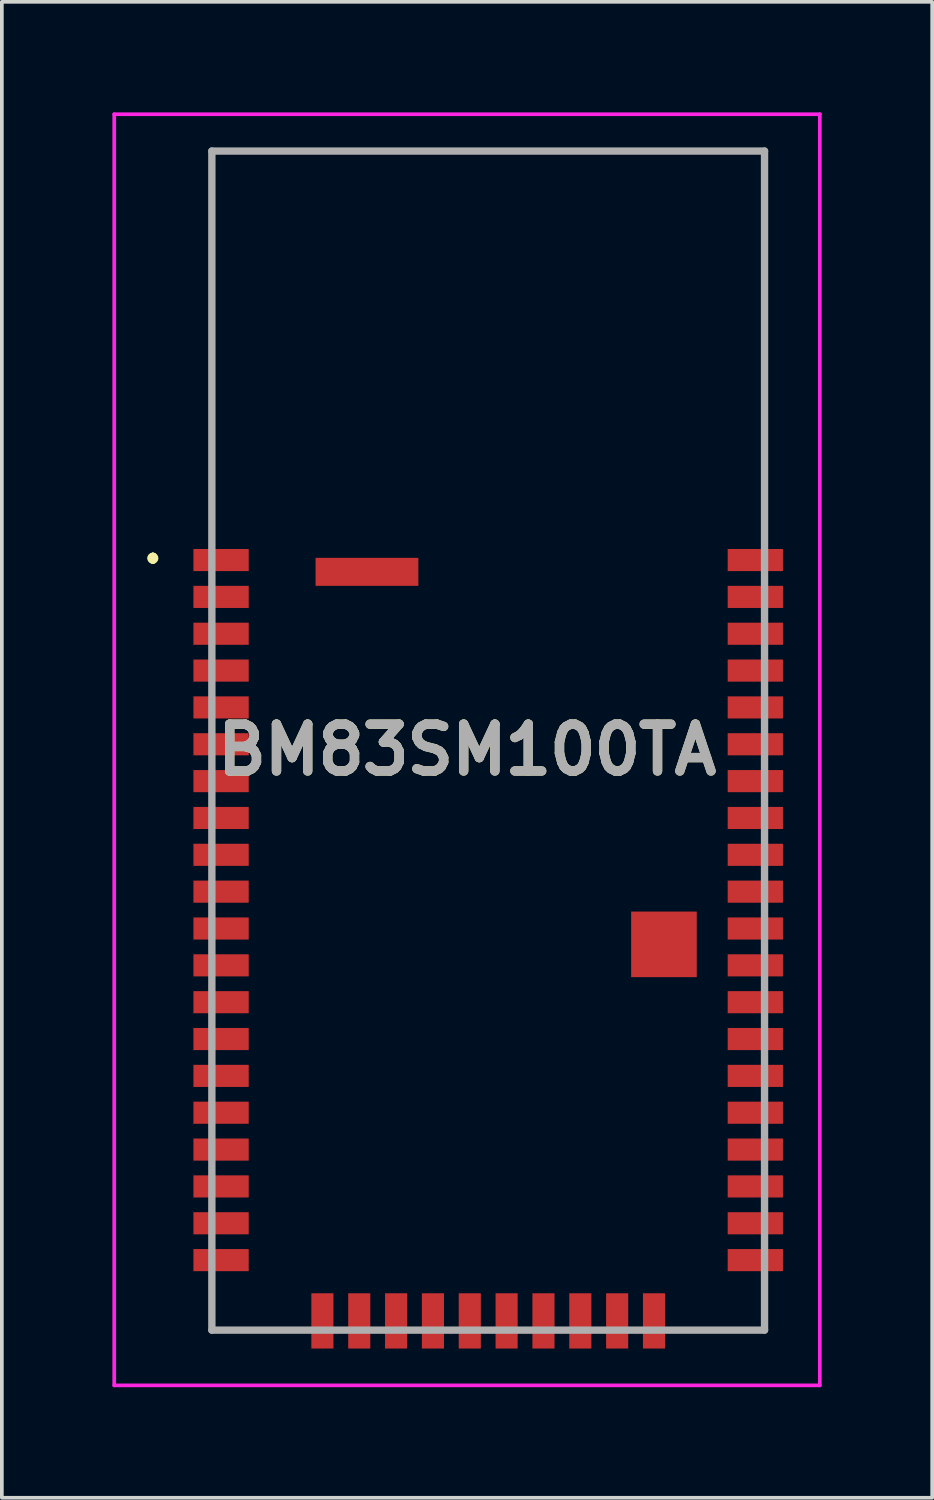
<source format=kicad_pcb>
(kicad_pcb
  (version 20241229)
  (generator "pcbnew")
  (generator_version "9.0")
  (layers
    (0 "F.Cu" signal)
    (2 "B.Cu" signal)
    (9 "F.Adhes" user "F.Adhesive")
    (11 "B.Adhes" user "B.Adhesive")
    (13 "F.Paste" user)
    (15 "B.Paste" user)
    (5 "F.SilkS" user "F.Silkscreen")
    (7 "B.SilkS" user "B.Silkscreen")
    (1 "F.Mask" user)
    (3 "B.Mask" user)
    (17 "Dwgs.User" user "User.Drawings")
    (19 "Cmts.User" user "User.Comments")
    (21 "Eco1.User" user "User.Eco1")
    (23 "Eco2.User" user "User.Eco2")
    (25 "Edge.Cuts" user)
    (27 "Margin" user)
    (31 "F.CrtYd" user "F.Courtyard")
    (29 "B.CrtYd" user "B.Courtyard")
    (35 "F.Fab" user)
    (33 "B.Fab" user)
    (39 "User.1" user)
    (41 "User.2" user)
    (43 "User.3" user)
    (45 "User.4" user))
  (footprint "BM83SM100TA"
    (layer "F.Cu")
    (at 2.7 33.05)
    (property "Reference" "BM83SM100TA" (at 6.925 -15.75 0) (layer "F.SilkS") (effects (font (size 1.27 1.27) (thickness 0.254))))
    (attr smd)
    (fp_line (start -1.6 -21) (end -1.6 -21) (stroke (width 0.2) (type solid)) (layer "F.SilkS"))
    (fp_line (start -1.6 -21) (end -1.6 -21) (stroke (width 0.2) (type solid)) (layer "F.SilkS"))
    (fp_line (start -1.6 -20.9) (end -1.6 -20.9) (stroke (width 0.2) (type solid)) (layer "F.SilkS"))
    (fp_line (start 0 -32) (end 0 -32) (stroke (width 0.1) (type solid)) (layer "F.SilkS"))
    (fp_line (start 0 -32) (end 0 -32) (stroke (width 0.1) (type solid)) (layer "F.SilkS"))
    (fp_line (start 0 -32) (end 0 -21.75) (stroke (width 0.1) (type solid)) (layer "F.SilkS"))
    (fp_line (start 0 -32) (end 15 -32) (stroke (width 0.1) (type solid)) (layer "F.SilkS"))
    (fp_line (start 0 -21.75) (end 0 -32) (stroke (width 0.1) (type solid)) (layer "F.SilkS"))
    (fp_line (start 0 -21.75) (end 0 -21.75) (stroke (width 0.1) (type solid)) (layer "F.SilkS"))
    (fp_line (start 0 -1) (end 0 -1) (stroke (width 0.1) (type solid)) (layer "F.SilkS"))
    (fp_line (start 0 -1) (end 0 0) (stroke (width 0.1) (type solid)) (layer "F.SilkS"))
    (fp_line (start 0 0) (end 0 -1) (stroke (width 0.1) (type solid)) (layer "F.SilkS"))
    (fp_line (start 0 0) (end 0 0) (stroke (width 0.1) (type solid)) (layer "F.SilkS"))
    (fp_line (start 0 0) (end 0 0) (stroke (width 0.1) (type solid)) (layer "F.SilkS"))
    (fp_line (start 0 0) (end 2 0) (stroke (width 0.1) (type solid)) (layer "F.SilkS"))
    (fp_line (start 2 0) (end 0 0) (stroke (width 0.1) (type solid)) (layer "F.SilkS"))
    (fp_line (start 2 0) (end 2 0) (stroke (width 0.1) (type solid)) (layer "F.SilkS"))
    (fp_line (start 13 0) (end 13 0) (stroke (width 0.1) (type solid)) (layer "F.SilkS"))
    (fp_line (start 13 0) (end 15 0) (stroke (width 0.1) (type solid)) (layer "F.SilkS"))
    (fp_line (start 15 -32) (end 0 -32) (stroke (width 0.1) (type solid)) (layer "F.SilkS"))
    (fp_line (start 15 -32) (end 15 -32) (stroke (width 0.1) (type solid)) (layer "F.SilkS"))
    (fp_line (start 15 -32) (end 15 -32) (stroke (width 0.1) (type solid)) (layer "F.SilkS"))
    (fp_line (start 15 -32) (end 15 -21.75) (stroke (width 0.1) (type solid)) (layer "F.SilkS"))
    (fp_line (start 15 -21.75) (end 15 -32) (stroke (width 0.1) (type solid)) (layer "F.SilkS"))
    (fp_line (start 15 -21.75) (end 15 -21.75) (stroke (width 0.1) (type solid)) (layer "F.SilkS"))
    (fp_line (start 15 -1) (end 15 -1) (stroke (width 0.1) (type solid)) (layer "F.SilkS"))
    (fp_line (start 15 -1) (end 15 0) (stroke (width 0.1) (type solid)) (layer "F.SilkS"))
    (fp_line (start 15 0) (end 13 0) (stroke (width 0.1) (type solid)) (layer "F.SilkS"))
    (fp_line (start 15 0) (end 15 -1) (stroke (width 0.1) (type solid)) (layer "F.SilkS"))
    (fp_line (start 15 0) (end 15 0) (stroke (width 0.1) (type solid)) (layer "F.SilkS"))
    (fp_line (start 15 0) (end 15 0) (stroke (width 0.1) (type solid)) (layer "F.SilkS"))
    (fp_arc (start -1.6 -21) (mid -1.55 -20.95) (end -1.6 -20.9) (stroke (width 0.2) (type solid)) (layer "F.SilkS"))
    (fp_arc (start -1.6 -20.9) (mid -1.65 -20.95) (end -1.6 -21) (stroke (width 0.2) (type solid)) (layer "F.SilkS"))
    (fp_arc (start -1.6 -20.9) (mid -1.65 -20.95) (end -1.6 -21) (stroke (width 0.2) (type solid)) (layer "F.SilkS"))
    (fp_line (start -2.65 -33) (end 16.5 -33) (stroke (width 0.1) (type solid)) (layer "F.CrtYd"))
    (fp_line (start -2.65 1.5) (end -2.65 -33) (stroke (width 0.1) (type solid)) (layer "F.CrtYd"))
    (fp_line (start 16.5 -33) (end 16.5 1.5) (stroke (width 0.1) (type solid)) (layer "F.CrtYd"))
    (fp_line (start 16.5 1.5) (end -2.65 1.5) (stroke (width 0.1) (type solid)) (layer "F.CrtYd"))
    (fp_line (start 0 -32) (end 0 0) (stroke (width 0.2) (type solid)) (layer "F.Fab"))
    (fp_line (start 0 0) (end 15 0) (stroke (width 0.2) (type solid)) (layer "F.Fab"))
    (fp_line (start 15 -32) (end 0 -32) (stroke (width 0.2) (type solid)) (layer "F.Fab"))
    (fp_line (start 15 0) (end 15 -32) (stroke (width 0.2) (type solid)) (layer "F.Fab"))
    (fp_text user "${REFERENCE}" (at 6.925 -15.75 0) (layer "F.Fab") (effects (font (size 1.27 1.27) (thickness 0.254))))
    (pad "1" smd rect (at 0.25 -20.9 90) (size 0.6 1.5) (layers "F.Cu" "F.Mask" "F.Paste"))
    (pad "2" smd rect (at 0.25 -19.9 90) (size 0.6 1.5) (layers "F.Cu" "F.Mask" "F.Paste"))
    (pad "3" smd rect (at 0.25 -18.9 90) (size 0.6 1.5) (layers "F.Cu" "F.Mask" "F.Paste"))
    (pad "4" smd rect (at 0.25 -17.9 90) (size 0.6 1.5) (layers "F.Cu" "F.Mask" "F.Paste"))
    (pad "5" smd rect (at 0.25 -16.9 90) (size 0.6 1.5) (layers "F.Cu" "F.Mask" "F.Paste"))
    (pad "6" smd rect (at 0.25 -15.9 90) (size 0.6 1.5) (layers "F.Cu" "F.Mask" "F.Paste"))
    (pad "7" smd rect (at 0.25 -14.9 90) (size 0.6 1.5) (layers "F.Cu" "F.Mask" "F.Paste"))
    (pad "8" smd rect (at 0.25 -13.9 90) (size 0.6 1.5) (layers "F.Cu" "F.Mask" "F.Paste"))
    (pad "9" smd rect (at 0.25 -12.9 90) (size 0.6 1.5) (layers "F.Cu" "F.Mask" "F.Paste"))
    (pad "10" smd rect (at 0.25 -11.9 90) (size 0.6 1.5) (layers "F.Cu" "F.Mask" "F.Paste"))
    (pad "11" smd rect (at 0.25 -10.9 90) (size 0.6 1.5) (layers "F.Cu" "F.Mask" "F.Paste"))
    (pad "12" smd rect (at 0.25 -9.9 90) (size 0.6 1.5) (layers "F.Cu" "F.Mask" "F.Paste"))
    (pad "13" smd rect (at 0.25 -8.9 90) (size 0.6 1.5) (layers "F.Cu" "F.Mask" "F.Paste"))
    (pad "14" smd rect (at 0.25 -7.9 90) (size 0.6 1.5) (layers "F.Cu" "F.Mask" "F.Paste"))
    (pad "15" smd rect (at 0.25 -6.9 90) (size 0.6 1.5) (layers "F.Cu" "F.Mask" "F.Paste"))
    (pad "16" smd rect (at 0.25 -5.9 90) (size 0.6 1.5) (layers "F.Cu" "F.Mask" "F.Paste"))
    (pad "17" smd rect (at 0.25 -4.9 90) (size 0.6 1.5) (layers "F.Cu" "F.Mask" "F.Paste"))
    (pad "18" smd rect (at 0.25 -3.9 90) (size 0.6 1.5) (layers "F.Cu" "F.Mask" "F.Paste"))
    (pad "19" smd rect (at 0.25 -2.9 90) (size 0.6 1.5) (layers "F.Cu" "F.Mask" "F.Paste"))
    (pad "20" smd rect (at 0.25 -1.9 90) (size 0.6 1.5) (layers "F.Cu" "F.Mask" "F.Paste"))
    (pad "21" smd rect (at 3 -0.25) (size 0.6 1.5) (layers "F.Cu" "F.Mask" "F.Paste"))
    (pad "22" smd rect (at 4 -0.25) (size 0.6 1.5) (layers "F.Cu" "F.Mask" "F.Paste"))
    (pad "23" smd rect (at 5 -0.25) (size 0.6 1.5) (layers "F.Cu" "F.Mask" "F.Paste"))
    (pad "24" smd rect (at 6 -0.25) (size 0.6 1.5) (layers "F.Cu" "F.Mask" "F.Paste"))
    (pad "25" smd rect (at 7 -0.25) (size 0.6 1.5) (layers "F.Cu" "F.Mask" "F.Paste"))
    (pad "26" smd rect (at 8 -0.25) (size 0.6 1.5) (layers "F.Cu" "F.Mask" "F.Paste"))
    (pad "27" smd rect (at 9 -0.25) (size 0.6 1.5) (layers "F.Cu" "F.Mask" "F.Paste"))
    (pad "28" smd rect (at 10 -0.25) (size 0.6 1.5) (layers "F.Cu" "F.Mask" "F.Paste"))
    (pad "29" smd rect (at 11 -0.25) (size 0.6 1.5) (layers "F.Cu" "F.Mask" "F.Paste"))
    (pad "30" smd rect (at 12 -0.25) (size 0.6 1.5) (layers "F.Cu" "F.Mask" "F.Paste"))
    (pad "31" smd rect (at 14.75 -1.9 90) (size 0.6 1.5) (layers "F.Cu" "F.Mask" "F.Paste"))
    (pad "32" smd rect (at 14.75 -2.9 90) (size 0.6 1.5) (layers "F.Cu" "F.Mask" "F.Paste"))
    (pad "33" smd rect (at 14.75 -3.9 90) (size 0.6 1.5) (layers "F.Cu" "F.Mask" "F.Paste"))
    (pad "34" smd rect (at 14.75 -4.9 90) (size 0.6 1.5) (layers "F.Cu" "F.Mask" "F.Paste"))
    (pad "35" smd rect (at 14.75 -5.9 90) (size 0.6 1.5) (layers "F.Cu" "F.Mask" "F.Paste"))
    (pad "36" smd rect (at 14.75 -6.9 90) (size 0.6 1.5) (layers "F.Cu" "F.Mask" "F.Paste"))
    (pad "37" smd rect (at 14.75 -7.9 90) (size 0.6 1.5) (layers "F.Cu" "F.Mask" "F.Paste"))
    (pad "38" smd rect (at 14.75 -8.9 90) (size 0.6 1.5) (layers "F.Cu" "F.Mask" "F.Paste"))
    (pad "39" smd rect (at 14.75 -9.9 90) (size 0.6 1.5) (layers "F.Cu" "F.Mask" "F.Paste"))
    (pad "40" smd rect (at 14.75 -10.9 90) (size 0.6 1.5) (layers "F.Cu" "F.Mask" "F.Paste"))
    (pad "41" smd rect (at 14.75 -11.9 90) (size 0.6 1.5) (layers "F.Cu" "F.Mask" "F.Paste"))
    (pad "42" smd rect (at 14.75 -12.9 90) (size 0.6 1.5) (layers "F.Cu" "F.Mask" "F.Paste"))
    (pad "43" smd rect (at 14.75 -13.9 90) (size 0.6 1.5) (layers "F.Cu" "F.Mask" "F.Paste"))
    (pad "44" smd rect (at 14.75 -14.9 90) (size 0.6 1.5) (layers "F.Cu" "F.Mask" "F.Paste"))
    (pad "45" smd rect (at 14.75 -15.9 90) (size 0.6 1.5) (layers "F.Cu" "F.Mask" "F.Paste"))
    (pad "46" smd rect (at 14.75 -16.9 90) (size 0.6 1.5) (layers "F.Cu" "F.Mask" "F.Paste"))
    (pad "47" smd rect (at 14.75 -17.9 90) (size 0.6 1.5) (layers "F.Cu" "F.Mask" "F.Paste"))
    (pad "48" smd rect (at 14.75 -18.9 90) (size 0.6 1.5) (layers "F.Cu" "F.Mask" "F.Paste"))
    (pad "49" smd rect (at 14.75 -19.9 90) (size 0.6 1.5) (layers "F.Cu" "F.Mask" "F.Paste"))
    (pad "50" smd rect (at 14.75 -20.9 90) (size 0.6 1.5) (layers "F.Cu" "F.Mask" "F.Paste"))
    (pad "EP1" smd rect (at 4.21 -20.58 90) (size 0.76 2.79) (layers "F.Cu" "F.Mask" "F.Paste"))
    (pad "EP2" smd rect (at 12.27 -10.47 90) (size 1.78 1.78) (layers "F.Cu" "F.Mask" "F.Paste")))
  (gr_rect
    (start -3 -3)
    (end 22.25 37.6)
    (stroke (width 0.1) (type default))
    (fill no)
    (layer "Edge.Cuts")))
</source>
